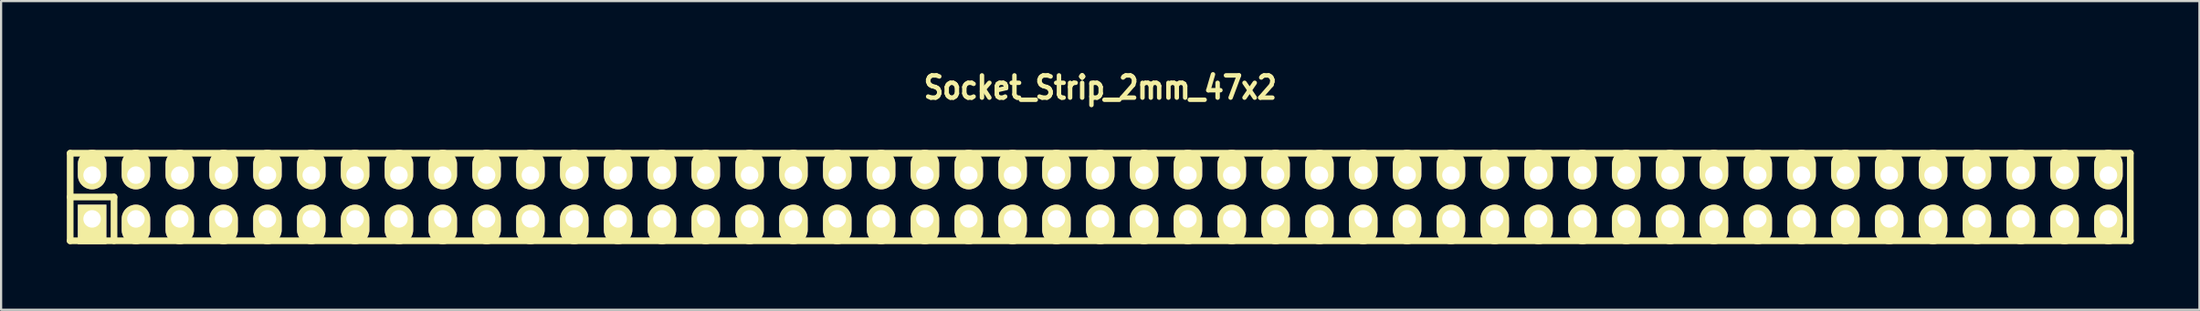
<source format=kicad_pcb>
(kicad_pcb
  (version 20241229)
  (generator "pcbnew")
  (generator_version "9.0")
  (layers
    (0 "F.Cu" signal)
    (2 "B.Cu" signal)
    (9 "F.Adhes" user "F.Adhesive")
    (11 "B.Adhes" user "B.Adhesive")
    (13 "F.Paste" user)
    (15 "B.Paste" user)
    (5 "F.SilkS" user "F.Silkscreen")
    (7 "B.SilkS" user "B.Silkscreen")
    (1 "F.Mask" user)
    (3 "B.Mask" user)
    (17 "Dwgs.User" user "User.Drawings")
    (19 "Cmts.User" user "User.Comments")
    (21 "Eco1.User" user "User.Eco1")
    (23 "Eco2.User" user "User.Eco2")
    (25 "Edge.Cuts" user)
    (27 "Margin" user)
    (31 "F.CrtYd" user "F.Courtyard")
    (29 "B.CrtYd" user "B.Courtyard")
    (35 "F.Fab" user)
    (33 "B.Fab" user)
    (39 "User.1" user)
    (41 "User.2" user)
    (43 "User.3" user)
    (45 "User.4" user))
  (footprint "Socket_Strip_2mm_47x2"
    (layer "F.Cu")
    (at 47.152 5.951)
    (property "Reference" "Socket_Strip_2mm_47x2" (at 0 -5 0) (layer "F.SilkS") (effects (font (size 1.016 0.889) (thickness 0.203))))
    (attr through_hole)
    (fp_line (start -47 -2) (end 47 -2) (stroke (width 0.305) (type solid)) (layer "F.SilkS"))
    (fp_line (start -47 0) (end -45 0) (stroke (width 0.305) (type solid)) (layer "F.SilkS"))
    (fp_line (start -47 2) (end -47 -2) (stroke (width 0.305) (type solid)) (layer "F.SilkS"))
    (fp_line (start -45 0) (end -45 2) (stroke (width 0.305) (type solid)) (layer "F.SilkS"))
    (fp_line (start 47 -2) (end 47 2) (stroke (width 0.305) (type solid)) (layer "F.SilkS"))
    (fp_line (start 47 2) (end -47 2) (stroke (width 0.305) (type solid)) (layer "F.SilkS"))
    (pad "1" thru_hole rect (at -46 1) (size 1.3 1.8) (drill 0.8 (offset 0 0.25)) (layers "*.Cu" "*.Mask" "F.SilkS"))
    (pad "2" thru_hole oval (at -46 -1) (size 1.3 1.8) (drill 0.8 (offset 0 -0.25)) (layers "*.Cu" "*.Mask" "F.SilkS"))
    (pad "3" thru_hole oval (at -44 1) (size 1.3 1.8) (drill 0.8 (offset 0 0.25)) (layers "*.Cu" "*.Mask" "F.SilkS"))
    (pad "4" thru_hole oval (at -44 -1) (size 1.3 1.8) (drill 0.8 (offset 0 -0.25)) (layers "*.Cu" "*.Mask" "F.SilkS"))
    (pad "5" thru_hole oval (at -42 1) (size 1.3 1.8) (drill 0.8 (offset 0 0.25)) (layers "*.Cu" "*.Mask" "F.SilkS"))
    (pad "6" thru_hole oval (at -42 -1) (size 1.3 1.8) (drill 0.8 (offset 0 -0.25)) (layers "*.Cu" "*.Mask" "F.SilkS"))
    (pad "7" thru_hole oval (at -40 1) (size 1.3 1.8) (drill 0.8 (offset 0 0.25)) (layers "*.Cu" "*.Mask" "F.SilkS"))
    (pad "8" thru_hole oval (at -40 -1) (size 1.3 1.8) (drill 0.8 (offset 0 -0.25)) (layers "*.Cu" "*.Mask" "F.SilkS"))
    (pad "9" thru_hole oval (at -38 1) (size 1.3 1.8) (drill 0.8 (offset 0 0.25)) (layers "*.Cu" "*.Mask" "F.SilkS"))
    (pad "10" thru_hole oval (at -38 -1) (size 1.3 1.8) (drill 0.8 (offset 0 -0.25)) (layers "*.Cu" "*.Mask" "F.SilkS"))
    (pad "11" thru_hole oval (at -36 1) (size 1.3 1.8) (drill 0.8 (offset 0 0.25)) (layers "*.Cu" "*.Mask" "F.SilkS"))
    (pad "12" thru_hole oval (at -36 -1) (size 1.3 1.8) (drill 0.8 (offset 0 -0.25)) (layers "*.Cu" "*.Mask" "F.SilkS"))
    (pad "13" thru_hole oval (at -34 1) (size 1.3 1.8) (drill 0.8 (offset 0 0.25)) (layers "*.Cu" "*.Mask" "F.SilkS"))
    (pad "14" thru_hole oval (at -34 -1) (size 1.3 1.8) (drill 0.8 (offset 0 -0.25)) (layers "*.Cu" "*.Mask" "F.SilkS"))
    (pad "15" thru_hole oval (at -32 1) (size 1.3 1.8) (drill 0.8 (offset 0 0.25)) (layers "*.Cu" "*.Mask" "F.SilkS"))
    (pad "16" thru_hole oval (at -32 -1) (size 1.3 1.8) (drill 0.8 (offset 0 -0.25)) (layers "*.Cu" "*.Mask" "F.SilkS"))
    (pad "17" thru_hole oval (at -30 1) (size 1.3 1.8) (drill 0.8 (offset 0 0.25)) (layers "*.Cu" "*.Mask" "F.SilkS"))
    (pad "18" thru_hole oval (at -30 -1) (size 1.3 1.8) (drill 0.8 (offset 0 -0.25)) (layers "*.Cu" "*.Mask" "F.SilkS"))
    (pad "19" thru_hole oval (at -28 1) (size 1.3 1.8) (drill 0.8 (offset 0 0.25)) (layers "*.Cu" "*.Mask" "F.SilkS"))
    (pad "20" thru_hole oval (at -28 -1) (size 1.3 1.8) (drill 0.8 (offset 0 -0.25)) (layers "*.Cu" "*.Mask" "F.SilkS"))
    (pad "21" thru_hole oval (at -26 1) (size 1.3 1.8) (drill 0.8 (offset 0 0.25)) (layers "*.Cu" "*.Mask" "F.SilkS"))
    (pad "22" thru_hole oval (at -26 -1) (size 1.3 1.8) (drill 0.8 (offset 0 -0.25)) (layers "*.Cu" "*.Mask" "F.SilkS"))
    (pad "23" thru_hole oval (at -24 1) (size 1.3 1.8) (drill 0.8 (offset 0 0.25)) (layers "*.Cu" "*.Mask" "F.SilkS"))
    (pad "24" thru_hole oval (at -24 -1) (size 1.3 1.8) (drill 0.8 (offset 0 -0.25)) (layers "*.Cu" "*.Mask" "F.SilkS"))
    (pad "25" thru_hole oval (at -22 1) (size 1.3 1.8) (drill 0.8 (offset 0 0.25)) (layers "*.Cu" "*.Mask" "F.SilkS"))
    (pad "26" thru_hole oval (at -22 -1) (size 1.3 1.8) (drill 0.8 (offset 0 -0.25)) (layers "*.Cu" "*.Mask" "F.SilkS"))
    (pad "27" thru_hole oval (at -20 1) (size 1.3 1.8) (drill 0.8 (offset 0 0.25)) (layers "*.Cu" "*.Mask" "F.SilkS"))
    (pad "28" thru_hole oval (at -20 -1) (size 1.3 1.8) (drill 0.8 (offset 0 -0.25)) (layers "*.Cu" "*.Mask" "F.SilkS"))
    (pad "29" thru_hole oval (at -18 1) (size 1.3 1.8) (drill 0.8 (offset 0 0.25)) (layers "*.Cu" "*.Mask" "F.SilkS"))
    (pad "30" thru_hole oval (at -18 -1) (size 1.3 1.8) (drill 0.8 (offset 0 -0.25)) (layers "*.Cu" "*.Mask" "F.SilkS"))
    (pad "31" thru_hole oval (at -16 1) (size 1.3 1.8) (drill 0.8 (offset 0 0.25)) (layers "*.Cu" "*.Mask" "F.SilkS"))
    (pad "32" thru_hole oval (at -16 -1) (size 1.3 1.8) (drill 0.8 (offset 0 -0.25)) (layers "*.Cu" "*.Mask" "F.SilkS"))
    (pad "33" thru_hole oval (at -14 1) (size 1.3 1.8) (drill 0.8 (offset 0 0.25)) (layers "*.Cu" "*.Mask" "F.SilkS"))
    (pad "34" thru_hole oval (at -14 -1) (size 1.3 1.8) (drill 0.8 (offset 0 -0.25)) (layers "*.Cu" "*.Mask" "F.SilkS"))
    (pad "35" thru_hole oval (at -12 1) (size 1.3 1.8) (drill 0.8 (offset 0 0.25)) (layers "*.Cu" "*.Mask" "F.SilkS"))
    (pad "36" thru_hole oval (at -12 -1) (size 1.3 1.8) (drill 0.8 (offset 0 -0.25)) (layers "*.Cu" "*.Mask" "F.SilkS"))
    (pad "37" thru_hole oval (at -10 1) (size 1.3 1.8) (drill 0.8 (offset 0 0.25)) (layers "*.Cu" "*.Mask" "F.SilkS"))
    (pad "38" thru_hole oval (at -10 -1) (size 1.3 1.8) (drill 0.8 (offset 0 -0.25)) (layers "*.Cu" "*.Mask" "F.SilkS"))
    (pad "39" thru_hole oval (at -8 1) (size 1.3 1.8) (drill 0.8 (offset 0 0.25)) (layers "*.Cu" "*.Mask" "F.SilkS"))
    (pad "40" thru_hole oval (at -8 -1) (size 1.3 1.8) (drill 0.8 (offset 0 -0.25)) (layers "*.Cu" "*.Mask" "F.SilkS"))
    (pad "41" thru_hole oval (at -6 1) (size 1.3 1.8) (drill 0.8 (offset 0 0.25)) (layers "*.Cu" "*.Mask" "F.SilkS"))
    (pad "42" thru_hole oval (at -6 -1) (size 1.3 1.8) (drill 0.8 (offset 0 -0.25)) (layers "*.Cu" "*.Mask" "F.SilkS"))
    (pad "43" thru_hole oval (at -4 1) (size 1.3 1.8) (drill 0.8 (offset 0 0.25)) (layers "*.Cu" "*.Mask" "F.SilkS"))
    (pad "44" thru_hole oval (at -4 -1) (size 1.3 1.8) (drill 0.8 (offset 0 -0.25)) (layers "*.Cu" "*.Mask" "F.SilkS"))
    (pad "45" thru_hole oval (at -2 1) (size 1.3 1.8) (drill 0.8 (offset 0 0.25)) (layers "*.Cu" "*.Mask" "F.SilkS"))
    (pad "46" thru_hole oval (at -2 -1) (size 1.3 1.8) (drill 0.8 (offset 0 -0.25)) (layers "*.Cu" "*.Mask" "F.SilkS"))
    (pad "47" thru_hole oval (at 0 1) (size 1.3 1.8) (drill 0.8 (offset 0 0.25)) (layers "*.Cu" "*.Mask" "F.SilkS"))
    (pad "48" thru_hole oval (at 0 -1) (size 1.3 1.8) (drill 0.8 (offset 0 -0.25)) (layers "*.Cu" "*.Mask" "F.SilkS"))
    (pad "49" thru_hole oval (at 2 1) (size 1.3 1.8) (drill 0.8 (offset 0 0.25)) (layers "*.Cu" "*.Mask" "F.SilkS"))
    (pad "50" thru_hole oval (at 2 -1) (size 1.3 1.8) (drill 0.8 (offset 0 -0.25)) (layers "*.Cu" "*.Mask" "F.SilkS"))
    (pad "51" thru_hole oval (at 4 1) (size 1.3 1.8) (drill 0.8 (offset 0 0.25)) (layers "*.Cu" "*.Mask" "F.SilkS"))
    (pad "52" thru_hole oval (at 4 -1) (size 1.3 1.8) (drill 0.8 (offset 0 -0.25)) (layers "*.Cu" "*.Mask" "F.SilkS"))
    (pad "53" thru_hole oval (at 6 1) (size 1.3 1.8) (drill 0.8 (offset 0 0.25)) (layers "*.Cu" "*.Mask" "F.SilkS"))
    (pad "54" thru_hole oval (at 6 -1) (size 1.3 1.8) (drill 0.8 (offset 0 -0.25)) (layers "*.Cu" "*.Mask" "F.SilkS"))
    (pad "55" thru_hole oval (at 8 1) (size 1.3 1.8) (drill 0.8 (offset 0 0.25)) (layers "*.Cu" "*.Mask" "F.SilkS"))
    (pad "56" thru_hole oval (at 8 -1) (size 1.3 1.8) (drill 0.8 (offset 0 -0.25)) (layers "*.Cu" "*.Mask" "F.SilkS"))
    (pad "57" thru_hole oval (at 10 1) (size 1.3 1.8) (drill 0.8 (offset 0 0.25)) (layers "*.Cu" "*.Mask" "F.SilkS"))
    (pad "58" thru_hole oval (at 10 -1) (size 1.3 1.8) (drill 0.8 (offset 0 -0.25)) (layers "*.Cu" "*.Mask" "F.SilkS"))
    (pad "59" thru_hole oval (at 12 1) (size 1.3 1.8) (drill 0.8 (offset 0 0.25)) (layers "*.Cu" "*.Mask" "F.SilkS"))
    (pad "60" thru_hole oval (at 12 -1) (size 1.3 1.8) (drill 0.8 (offset 0 -0.25)) (layers "*.Cu" "*.Mask" "F.SilkS"))
    (pad "61" thru_hole oval (at 14 1) (size 1.3 1.8) (drill 0.8 (offset 0 0.25)) (layers "*.Cu" "*.Mask" "F.SilkS"))
    (pad "62" thru_hole oval (at 14 -1) (size 1.3 1.8) (drill 0.8 (offset 0 -0.25)) (layers "*.Cu" "*.Mask" "F.SilkS"))
    (pad "63" thru_hole oval (at 16 1) (size 1.3 1.8) (drill 0.8 (offset 0 0.25)) (layers "*.Cu" "*.Mask" "F.SilkS"))
    (pad "64" thru_hole oval (at 16 -1) (size 1.3 1.8) (drill 0.8 (offset 0 -0.25)) (layers "*.Cu" "*.Mask" "F.SilkS"))
    (pad "65" thru_hole oval (at 18 1) (size 1.3 1.8) (drill 0.8 (offset 0 0.25)) (layers "*.Cu" "*.Mask" "F.SilkS"))
    (pad "66" thru_hole oval (at 18 -1) (size 1.3 1.8) (drill 0.8 (offset 0 -0.25)) (layers "*.Cu" "*.Mask" "F.SilkS"))
    (pad "67" thru_hole oval (at 20 1) (size 1.3 1.8) (drill 0.8 (offset 0 0.25)) (layers "*.Cu" "*.Mask" "F.SilkS"))
    (pad "68" thru_hole oval (at 20 -1) (size 1.3 1.8) (drill 0.8 (offset 0 -0.25)) (layers "*.Cu" "*.Mask" "F.SilkS"))
    (pad "69" thru_hole oval (at 22 1) (size 1.3 1.8) (drill 0.8 (offset 0 0.25)) (layers "*.Cu" "*.Mask" "F.SilkS"))
    (pad "70" thru_hole oval (at 22 -1) (size 1.3 1.8) (drill 0.8 (offset 0 -0.25)) (layers "*.Cu" "*.Mask" "F.SilkS"))
    (pad "71" thru_hole oval (at 24 1) (size 1.3 1.8) (drill 0.8 (offset 0 0.25)) (layers "*.Cu" "*.Mask" "F.SilkS"))
    (pad "72" thru_hole oval (at 24 -1) (size 1.3 1.8) (drill 0.8 (offset 0 -0.25)) (layers "*.Cu" "*.Mask" "F.SilkS"))
    (pad "73" thru_hole oval (at 26 1) (size 1.3 1.8) (drill 0.8 (offset 0 0.25)) (layers "*.Cu" "*.Mask" "F.SilkS"))
    (pad "74" thru_hole oval (at 26 -1) (size 1.3 1.8) (drill 0.8 (offset 0 -0.25)) (layers "*.Cu" "*.Mask" "F.SilkS"))
    (pad "75" thru_hole oval (at 28 1) (size 1.3 1.8) (drill 0.8 (offset 0 0.25)) (layers "*.Cu" "*.Mask" "F.SilkS"))
    (pad "76" thru_hole oval (at 28 -1) (size 1.3 1.8) (drill 0.8 (offset 0 -0.25)) (layers "*.Cu" "*.Mask" "F.SilkS"))
    (pad "77" thru_hole oval (at 30 1) (size 1.3 1.8) (drill 0.8 (offset 0 0.25)) (layers "*.Cu" "*.Mask" "F.SilkS"))
    (pad "78" thru_hole oval (at 30 -1) (size 1.3 1.8) (drill 0.8 (offset 0 -0.25)) (layers "*.Cu" "*.Mask" "F.SilkS"))
    (pad "79" thru_hole oval (at 32 1) (size 1.3 1.8) (drill 0.8 (offset 0 0.25)) (layers "*.Cu" "*.Mask" "F.SilkS"))
    (pad "80" thru_hole oval (at 32 -1) (size 1.3 1.8) (drill 0.8 (offset 0 -0.25)) (layers "*.Cu" "*.Mask" "F.SilkS"))
    (pad "81" thru_hole oval (at 34 1) (size 1.3 1.8) (drill 0.8 (offset 0 0.25)) (layers "*.Cu" "*.Mask" "F.SilkS"))
    (pad "82" thru_hole oval (at 34 -1) (size 1.3 1.8) (drill 0.8 (offset 0 -0.25)) (layers "*.Cu" "*.Mask" "F.SilkS"))
    (pad "83" thru_hole oval (at 36 1) (size 1.3 1.8) (drill 0.8 (offset 0 0.25)) (layers "*.Cu" "*.Mask" "F.SilkS"))
    (pad "84" thru_hole oval (at 36 -1) (size 1.3 1.8) (drill 0.8 (offset 0 -0.25)) (layers "*.Cu" "*.Mask" "F.SilkS"))
    (pad "85" thru_hole oval (at 38 1) (size 1.3 1.8) (drill 0.8 (offset 0 0.25)) (layers "*.Cu" "*.Mask" "F.SilkS"))
    (pad "86" thru_hole oval (at 38 -1) (size 1.3 1.8) (drill 0.8 (offset 0 -0.25)) (layers "*.Cu" "*.Mask" "F.SilkS"))
    (pad "87" thru_hole oval (at 40 1) (size 1.3 1.8) (drill 0.8 (offset 0 0.25)) (layers "*.Cu" "*.Mask" "F.SilkS"))
    (pad "88" thru_hole oval (at 40 -1) (size 1.3 1.8) (drill 0.8 (offset 0 -0.25)) (layers "*.Cu" "*.Mask" "F.SilkS"))
    (pad "89" thru_hole oval (at 42 1) (size 1.3 1.8) (drill 0.8 (offset 0 0.25)) (layers "*.Cu" "*.Mask" "F.SilkS"))
    (pad "90" thru_hole oval (at 42 -1) (size 1.3 1.8) (drill 0.8 (offset 0 -0.25)) (layers "*.Cu" "*.Mask" "F.SilkS"))
    (pad "91" thru_hole oval (at 44 1) (size 1.3 1.8) (drill 0.8 (offset 0 0.25)) (layers "*.Cu" "*.Mask" "F.SilkS"))
    (pad "92" thru_hole oval (at 44 -1) (size 1.3 1.8) (drill 0.8 (offset 0 -0.25)) (layers "*.Cu" "*.Mask" "F.SilkS"))
    (pad "93" thru_hole oval (at 46 1) (size 1.3 1.8) (drill 0.8 (offset 0 0.25)) (layers "*.Cu" "*.Mask" "F.SilkS"))
    (pad "94" thru_hole oval (at 46 -1) (size 1.3 1.8) (drill 0.8 (offset 0 -0.25)) (layers "*.Cu" "*.Mask" "F.SilkS")))
  (gr_rect
    (start -3 -3)
    (end 97.305 11.103)
    (stroke (width 0.1) (type default))
    (fill no)
    (layer "Edge.Cuts")))
</source>
